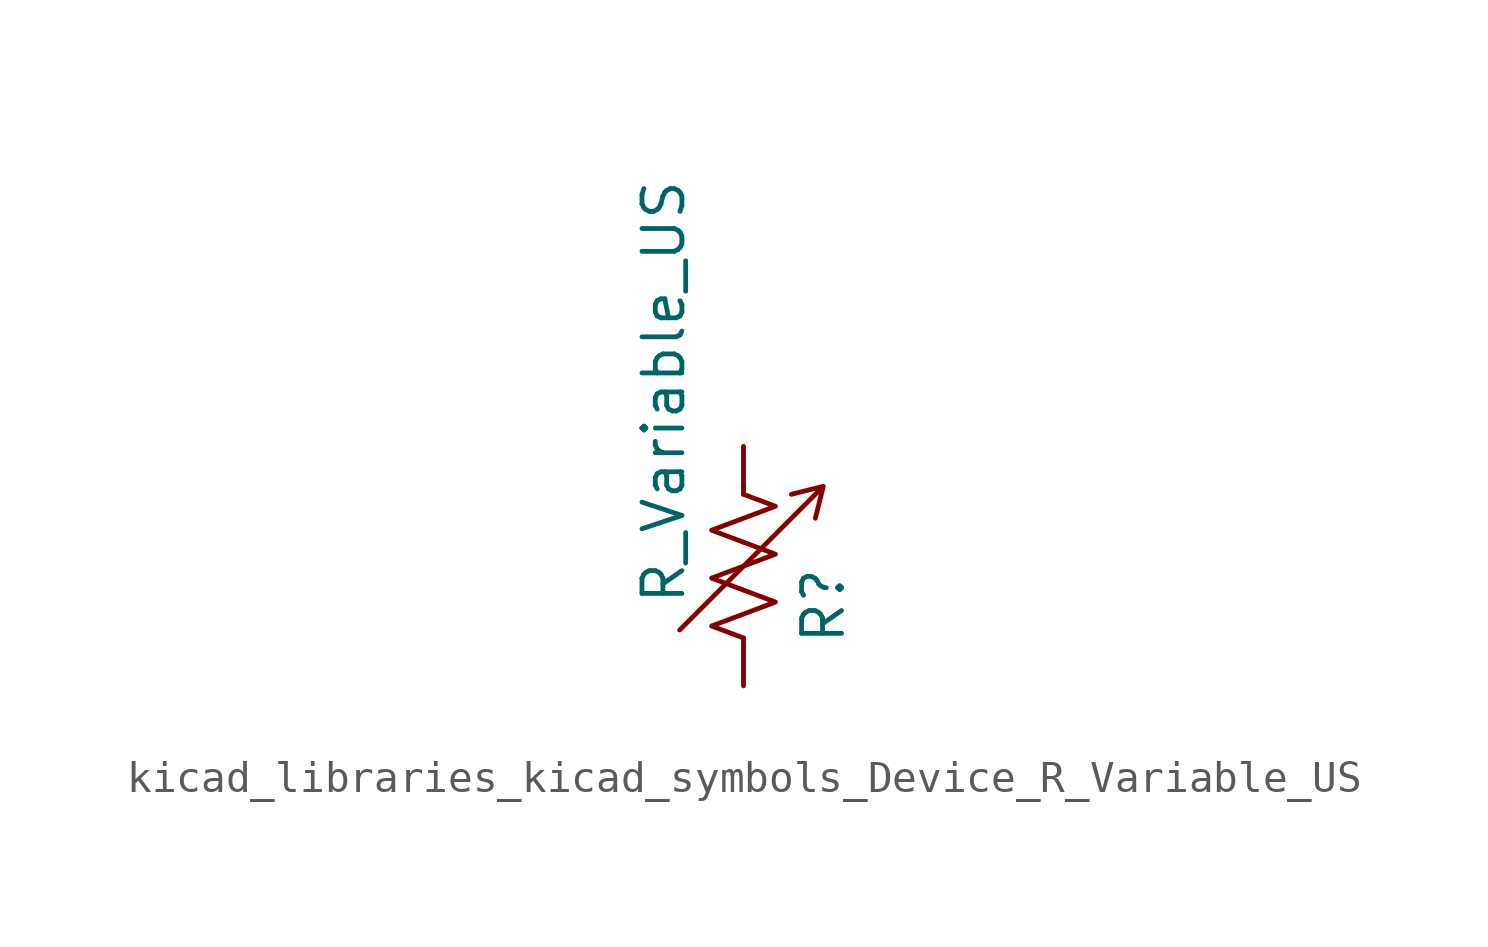
<source format=kicad_sym>
(kicad_symbol_lib
  (version 20220914)
  (generator kicad_symbol_editor)
  (symbol "kicad_libraries_kicad_symbols_Device_R_Variable_US"
    (pin_numbers hide)
    (pin_names
      (offset 0))
    (property "Reference" "R"
      (at 2.54 -2.54 90)
      (effects (font (size 1.27 1.27)) (justify left)))
    (property "Value" "R_Variable_US"
      (at -2.54 -1.27 90)
      (effects (font (size 1.27 1.27)) (justify left)))
    (symbol "kicad_libraries_kicad_symbols_Device_R_Variable_US_0_1"
      (polyline (pts (xy 0 -2.286) (xy 0 -2.54)) (stroke (width 0) (type default)) (fill (type none)))
      (polyline (pts (xy 0 2.286) (xy 0 2.54)) (stroke (width 0) (type default)) (fill (type none)))
      (polyline (pts (xy 0 -0.762) (xy 1.016 -1.143) (xy 0 -1.524) (xy -1.016 -1.905) (xy 0 -2.286)) (stroke (width 0) (type default)) (fill (type none)))
      (polyline (pts (xy 0 0.762) (xy 1.016 0.381) (xy 0 0) (xy -1.016 -0.381) (xy 0 -0.762)) (stroke (width 0) (type default)) (fill (type none)))
      (polyline (pts (xy 0 2.286) (xy 1.016 1.905) (xy 0 1.524) (xy -1.016 1.143) (xy 0 0.762)) (stroke (width 0.152) (type default)) (fill (type none)))
      (polyline (pts (xy 2.286 1.524) (xy 2.54 2.54) (xy 1.524 2.286) (xy 2.54 2.54) (xy -2.032 -2.032)) (stroke (width 0.152) (type default)) (fill (type none))))
    (symbol "kicad_libraries_kicad_symbols_Device_R_Variable_US_1_1"
      (pin passive line (at 0 3.81 270) (length 1.27) (name "~" (effects (font (size 1.27 1.27)))) (number "1" (effects (font (size 1.27 1.27)))))
      (pin passive line (at 0 -3.81 90) (length 1.27) (name "~" (effects (font (size 1.27 1.27)))) (number "2" (effects (font (size 1.27 1.27))))))))
</source>
